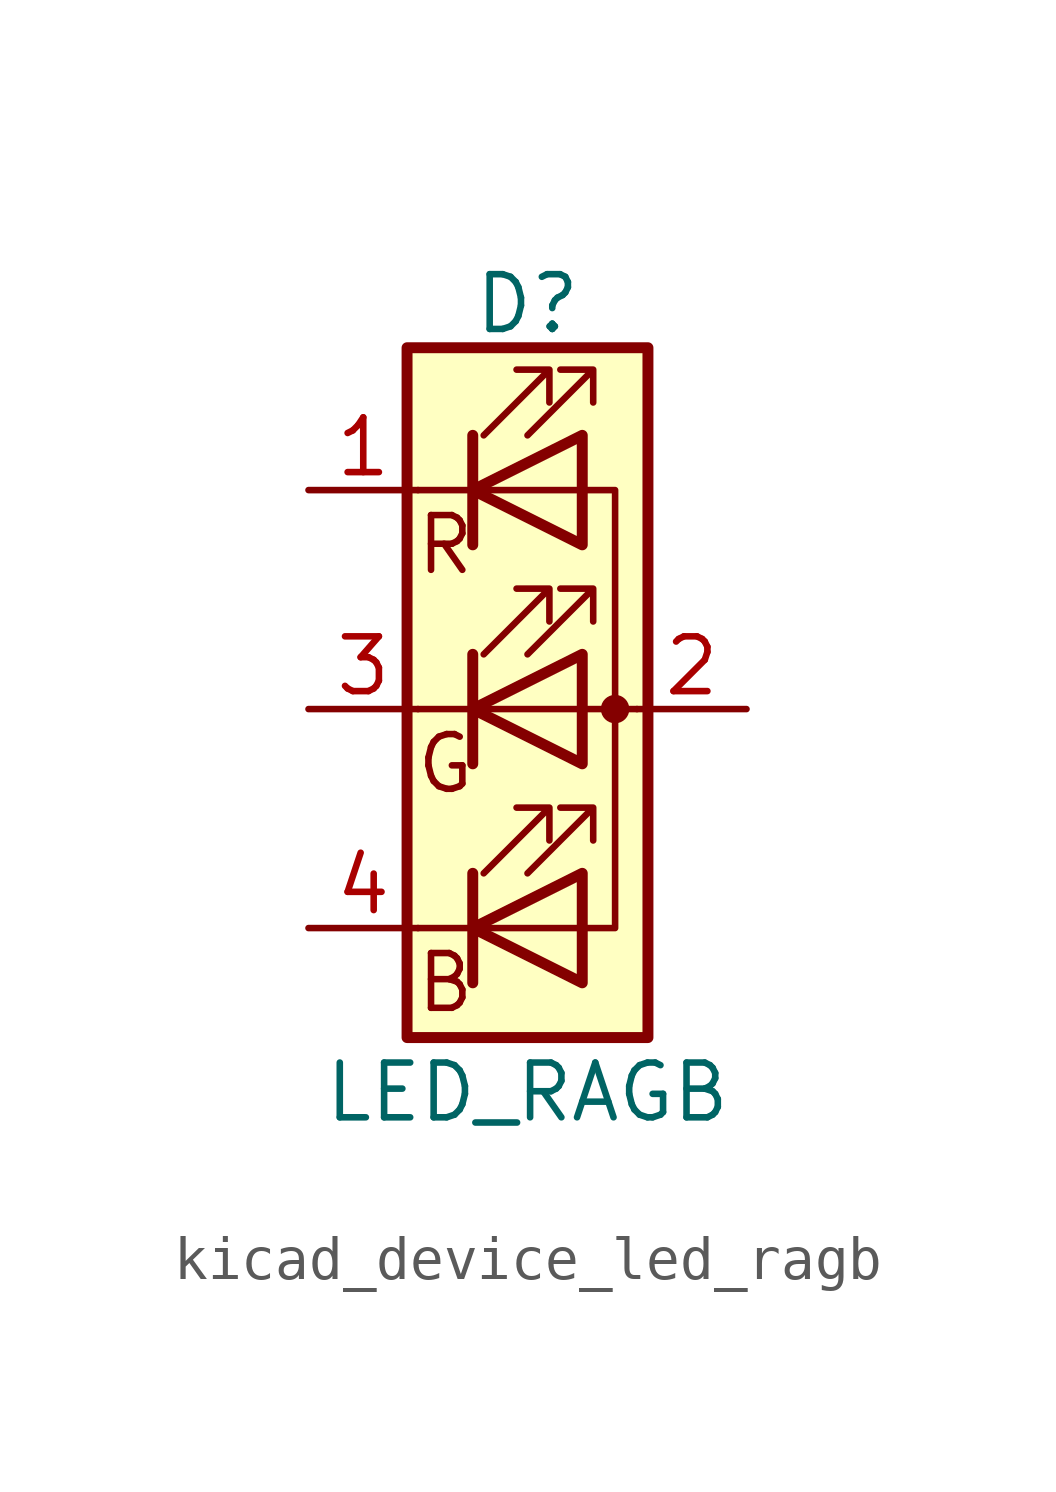
<source format=kicad_sym>
(kicad_symbol_lib
  (version 20220914)
  (generator kicad_symbol_editor)
  (symbol "kicad_device_led_ragb"
    (pin_names
      (offset 0) hide)
    (property "Reference" "D"
      (at 0 9.398 0)
      (effects (font (size 1.27 1.27))))
    (property "Value" "LED_RAGB"
      (at 0 -8.89 0)
      (effects (font (size 1.27 1.27))))
    (symbol "kicad_device_led_ragb_0_0"
      (text "B" (at -1.905 -6.35 0) (effects (font (size 1.27 1.27))))
      (text "G" (at -1.905 -1.27 0) (effects (font (size 1.27 1.27))))
      (text "R" (at -1.905 3.81 0) (effects (font (size 1.27 1.27)))))
    (symbol "kicad_device_led_ragb_0_1"
      (polyline (pts (xy -1.27 -5.08) (xy -2.54 -5.08)) (stroke (width 0) (type default)) (fill (type none)))
      (polyline (pts (xy -1.27 -5.08) (xy 1.27 -5.08)) (stroke (width 0) (type default)) (fill (type none)))
      (polyline (pts (xy -1.27 -3.81) (xy -1.27 -6.35)) (stroke (width 0.254) (type default)) (fill (type none)))
      (polyline (pts (xy -1.27 0) (xy -2.54 0)) (stroke (width 0) (type default)) (fill (type none)))
      (polyline (pts (xy -1.27 1.27) (xy -1.27 -1.27)) (stroke (width 0.254) (type default)) (fill (type none)))
      (polyline (pts (xy -1.27 5.08) (xy -2.54 5.08)) (stroke (width 0) (type default)) (fill (type none)))
      (polyline (pts (xy -1.27 5.08) (xy 1.27 5.08)) (stroke (width 0) (type default)) (fill (type none)))
      (polyline (pts (xy -1.27 6.35) (xy -1.27 3.81)) (stroke (width 0.254) (type default)) (fill (type none)))
      (polyline (pts (xy 1.27 0) (xy -1.27 0)) (stroke (width 0) (type default)) (fill (type none)))
      (polyline (pts (xy 1.27 0) (xy 2.54 0)) (stroke (width 0) (type default)) (fill (type none)))
      (polyline (pts (xy -1.27 1.27) (xy -1.27 -1.27) (xy -1.27 -1.27)) (stroke (width 0) (type default)) (fill (type none)))
      (polyline (pts (xy -1.27 6.35) (xy -1.27 3.81) (xy -1.27 3.81)) (stroke (width 0) (type default)) (fill (type none)))
      (polyline (pts (xy 1.27 -5.08) (xy 2.032 -5.08) (xy 2.032 5.08) (xy 1.27 5.08)) (stroke (width 0) (type default)) (fill (type none)))
      (polyline (pts (xy 1.27 -3.81) (xy 1.27 -6.35) (xy -1.27 -5.08) (xy 1.27 -3.81)) (stroke (width 0.254) (type default)) (fill (type none)))
      (polyline (pts (xy 1.27 1.27) (xy 1.27 -1.27) (xy -1.27 0) (xy 1.27 1.27)) (stroke (width 0.254) (type default)) (fill (type none)))
      (polyline (pts (xy 1.27 6.35) (xy 1.27 3.81) (xy -1.27 5.08) (xy 1.27 6.35)) (stroke (width 0.254) (type default)) (fill (type none)))
      (polyline (pts (xy -1.016 -3.81) (xy 0.508 -2.286) (xy -0.254 -2.286) (xy 0.508 -2.286) (xy 0.508 -3.048)) (stroke (width 0) (type default)) (fill (type none)))
      (polyline (pts (xy -1.016 1.27) (xy 0.508 2.794) (xy -0.254 2.794) (xy 0.508 2.794) (xy 0.508 2.032)) (stroke (width 0) (type default)) (fill (type none)))
      (polyline (pts (xy -1.016 6.35) (xy 0.508 7.874) (xy -0.254 7.874) (xy 0.508 7.874) (xy 0.508 7.112)) (stroke (width 0) (type default)) (fill (type none)))
      (polyline (pts (xy 0 -3.81) (xy 1.524 -2.286) (xy 0.762 -2.286) (xy 1.524 -2.286) (xy 1.524 -3.048)) (stroke (width 0) (type default)) (fill (type none)))
      (polyline (pts (xy 0 1.27) (xy 1.524 2.794) (xy 0.762 2.794) (xy 1.524 2.794) (xy 1.524 2.032)) (stroke (width 0) (type default)) (fill (type none)))
      (polyline (pts (xy 0 6.35) (xy 1.524 7.874) (xy 0.762 7.874) (xy 1.524 7.874) (xy 1.524 7.112)) (stroke (width 0) (type default)) (fill (type none)))
      (rectangle (start 1.27 -1.27) (end 1.27 1.27) (stroke (width 0) (type default)) (fill (type none)))
      (rectangle (start 1.27 1.27) (end 1.27 1.27) (stroke (width 0) (type default)) (fill (type none)))
      (rectangle (start 1.27 3.81) (end 1.27 6.35) (stroke (width 0) (type default)) (fill (type none)))
      (rectangle (start 1.27 6.35) (end 1.27 6.35) (stroke (width 0) (type default)) (fill (type none)))
      (circle (center 2.032 0) (radius 0.254) (stroke (width 0) (type default)) (fill (type outline)))
      (rectangle (start 2.794 8.382) (end -2.794 -7.62) (stroke (width 0.254) (type default)) (fill (type background))))
    (symbol "kicad_device_led_ragb_1_1"
      (pin passive line (at -5.08 5.08 0) (length 2.54) (name "RK" (effects (font (size 1.27 1.27)))) (number "1" (effects (font (size 1.27 1.27)))))
      (pin passive line (at 5.08 0 180) (length 2.54) (name "A" (effects (font (size 1.27 1.27)))) (number "2" (effects (font (size 1.27 1.27)))))
      (pin passive line (at -5.08 0 0) (length 2.54) (name "GK" (effects (font (size 1.27 1.27)))) (number "3" (effects (font (size 1.27 1.27)))))
      (pin passive line (at -5.08 -5.08 0) (length 2.54) (name "BK" (effects (font (size 1.27 1.27)))) (number "4" (effects (font (size 1.27 1.27))))))))
</source>
